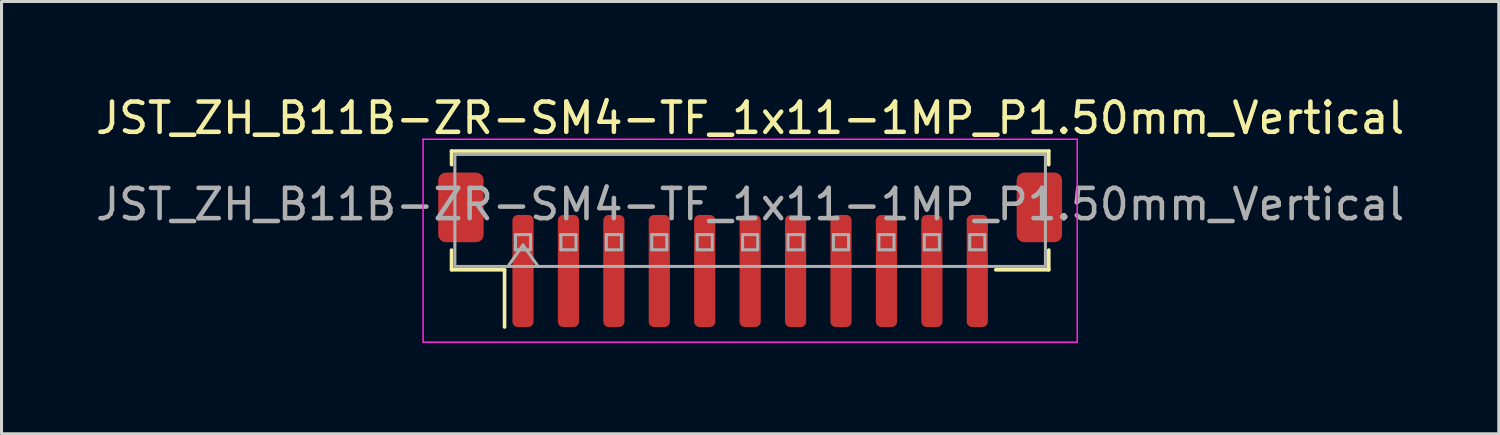
<source format=kicad_pcb>
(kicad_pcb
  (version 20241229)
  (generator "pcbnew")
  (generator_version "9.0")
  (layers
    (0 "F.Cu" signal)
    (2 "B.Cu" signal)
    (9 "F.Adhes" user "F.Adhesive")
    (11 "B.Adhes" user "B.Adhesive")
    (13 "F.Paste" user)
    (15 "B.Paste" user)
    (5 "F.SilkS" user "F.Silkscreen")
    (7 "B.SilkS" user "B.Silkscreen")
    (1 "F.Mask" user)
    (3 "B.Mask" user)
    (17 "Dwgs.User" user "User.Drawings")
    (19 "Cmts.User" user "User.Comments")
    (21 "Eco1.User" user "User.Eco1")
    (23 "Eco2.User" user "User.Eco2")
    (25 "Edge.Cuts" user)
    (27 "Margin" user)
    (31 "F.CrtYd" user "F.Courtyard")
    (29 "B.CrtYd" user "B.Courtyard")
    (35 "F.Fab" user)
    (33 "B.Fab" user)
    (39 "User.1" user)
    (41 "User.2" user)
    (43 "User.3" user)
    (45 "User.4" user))
  (footprint "JST_ZH_B11B-ZR-SM4-TF_1x11-1MP_P1.50mm_Vertical"
    (layer "F.Cu")
    (at 21.72 5.198)
    (property "Reference" "JST_ZH_B11B-ZR-SM4-TF_1x11-1MP_P1.50mm_Vertical" (at 0 -4.35 0) (layer "F.SilkS") (effects (font (size 1 1) (thickness 0.15))))
    (attr smd)
    (fp_line (start -9.86 -3.26) (end 9.86 -3.26) (stroke (width 0.12) (type solid)) (layer "F.SilkS"))
    (fp_line (start -9.86 -2.81) (end -9.86 -3.26) (stroke (width 0.12) (type solid)) (layer "F.SilkS"))
    (fp_line (start -9.86 0.01) (end -9.86 0.66) (stroke (width 0.12) (type solid)) (layer "F.SilkS"))
    (fp_line (start -9.86 0.66) (end -8.11 0.66) (stroke (width 0.12) (type solid)) (layer "F.SilkS"))
    (fp_line (start -8.11 0.66) (end -8.11 2.55) (stroke (width 0.12) (type solid)) (layer "F.SilkS"))
    (fp_line (start 9.86 -3.26) (end 9.86 -2.81) (stroke (width 0.12) (type solid)) (layer "F.SilkS"))
    (fp_line (start 9.86 0.01) (end 9.86 0.66) (stroke (width 0.12) (type solid)) (layer "F.SilkS"))
    (fp_line (start 9.86 0.66) (end 8.11 0.66) (stroke (width 0.12) (type solid)) (layer "F.SilkS"))
    (fp_line (start -10.8 -3.65) (end -10.8 3.05) (stroke (width 0.05) (type solid)) (layer "F.CrtYd"))
    (fp_line (start -10.8 3.05) (end 10.8 3.05) (stroke (width 0.05) (type solid)) (layer "F.CrtYd"))
    (fp_line (start 10.8 -3.65) (end -10.8 -3.65) (stroke (width 0.05) (type solid)) (layer "F.CrtYd"))
    (fp_line (start 10.8 3.05) (end 10.8 -3.65) (stroke (width 0.05) (type solid)) (layer "F.CrtYd"))
    (fp_line (start -9.75 -3.15) (end 9.75 -3.15) (stroke (width 0.1) (type solid)) (layer "F.Fab"))
    (fp_line (start -9.75 0.55) (end -9.75 -3.15) (stroke (width 0.1) (type solid)) (layer "F.Fab"))
    (fp_line (start -9.75 0.55) (end 9.75 0.55) (stroke (width 0.1) (type solid)) (layer "F.Fab"))
    (fp_line (start -8 0.55) (end -7.5 -0.157) (stroke (width 0.1) (type solid)) (layer "F.Fab"))
    (fp_line (start -7.75 -0.5) (end -7.75 0) (stroke (width 0.1) (type solid)) (layer "F.Fab"))
    (fp_line (start -7.75 0) (end -7.25 0) (stroke (width 0.1) (type solid)) (layer "F.Fab"))
    (fp_line (start -7.5 -0.157) (end -7 0.55) (stroke (width 0.1) (type solid)) (layer "F.Fab"))
    (fp_line (start -7.25 -0.5) (end -7.75 -0.5) (stroke (width 0.1) (type solid)) (layer "F.Fab"))
    (fp_line (start -7.25 0) (end -7.25 -0.5) (stroke (width 0.1) (type solid)) (layer "F.Fab"))
    (fp_line (start -6.25 -0.5) (end -6.25 0) (stroke (width 0.1) (type solid)) (layer "F.Fab"))
    (fp_line (start -6.25 0) (end -5.75 0) (stroke (width 0.1) (type solid)) (layer "F.Fab"))
    (fp_line (start -5.75 -0.5) (end -6.25 -0.5) (stroke (width 0.1) (type solid)) (layer "F.Fab"))
    (fp_line (start -5.75 0) (end -5.75 -0.5) (stroke (width 0.1) (type solid)) (layer "F.Fab"))
    (fp_line (start -4.75 -0.5) (end -4.75 0) (stroke (width 0.1) (type solid)) (layer "F.Fab"))
    (fp_line (start -4.75 0) (end -4.25 0) (stroke (width 0.1) (type solid)) (layer "F.Fab"))
    (fp_line (start -4.25 -0.5) (end -4.75 -0.5) (stroke (width 0.1) (type solid)) (layer "F.Fab"))
    (fp_line (start -4.25 0) (end -4.25 -0.5) (stroke (width 0.1) (type solid)) (layer "F.Fab"))
    (fp_line (start -3.25 -0.5) (end -3.25 0) (stroke (width 0.1) (type solid)) (layer "F.Fab"))
    (fp_line (start -3.25 0) (end -2.75 0) (stroke (width 0.1) (type solid)) (layer "F.Fab"))
    (fp_line (start -2.75 -0.5) (end -3.25 -0.5) (stroke (width 0.1) (type solid)) (layer "F.Fab"))
    (fp_line (start -2.75 0) (end -2.75 -0.5) (stroke (width 0.1) (type solid)) (layer "F.Fab"))
    (fp_line (start -1.75 -0.5) (end -1.75 0) (stroke (width 0.1) (type solid)) (layer "F.Fab"))
    (fp_line (start -1.75 0) (end -1.25 0) (stroke (width 0.1) (type solid)) (layer "F.Fab"))
    (fp_line (start -1.25 -0.5) (end -1.75 -0.5) (stroke (width 0.1) (type solid)) (layer "F.Fab"))
    (fp_line (start -1.25 0) (end -1.25 -0.5) (stroke (width 0.1) (type solid)) (layer "F.Fab"))
    (fp_line (start -0.25 -0.5) (end -0.25 0) (stroke (width 0.1) (type solid)) (layer "F.Fab"))
    (fp_line (start -0.25 0) (end 0.25 0) (stroke (width 0.1) (type solid)) (layer "F.Fab"))
    (fp_line (start 0.25 -0.5) (end -0.25 -0.5) (stroke (width 0.1) (type solid)) (layer "F.Fab"))
    (fp_line (start 0.25 0) (end 0.25 -0.5) (stroke (width 0.1) (type solid)) (layer "F.Fab"))
    (fp_line (start 1.25 -0.5) (end 1.25 0) (stroke (width 0.1) (type solid)) (layer "F.Fab"))
    (fp_line (start 1.25 0) (end 1.75 0) (stroke (width 0.1) (type solid)) (layer "F.Fab"))
    (fp_line (start 1.75 -0.5) (end 1.25 -0.5) (stroke (width 0.1) (type solid)) (layer "F.Fab"))
    (fp_line (start 1.75 0) (end 1.75 -0.5) (stroke (width 0.1) (type solid)) (layer "F.Fab"))
    (fp_line (start 2.75 -0.5) (end 2.75 0) (stroke (width 0.1) (type solid)) (layer "F.Fab"))
    (fp_line (start 2.75 0) (end 3.25 0) (stroke (width 0.1) (type solid)) (layer "F.Fab"))
    (fp_line (start 3.25 -0.5) (end 2.75 -0.5) (stroke (width 0.1) (type solid)) (layer "F.Fab"))
    (fp_line (start 3.25 0) (end 3.25 -0.5) (stroke (width 0.1) (type solid)) (layer "F.Fab"))
    (fp_line (start 4.25 -0.5) (end 4.25 0) (stroke (width 0.1) (type solid)) (layer "F.Fab"))
    (fp_line (start 4.25 0) (end 4.75 0) (stroke (width 0.1) (type solid)) (layer "F.Fab"))
    (fp_line (start 4.75 -0.5) (end 4.25 -0.5) (stroke (width 0.1) (type solid)) (layer "F.Fab"))
    (fp_line (start 4.75 0) (end 4.75 -0.5) (stroke (width 0.1) (type solid)) (layer "F.Fab"))
    (fp_line (start 5.75 -0.5) (end 5.75 0) (stroke (width 0.1) (type solid)) (layer "F.Fab"))
    (fp_line (start 5.75 0) (end 6.25 0) (stroke (width 0.1) (type solid)) (layer "F.Fab"))
    (fp_line (start 6.25 -0.5) (end 5.75 -0.5) (stroke (width 0.1) (type solid)) (layer "F.Fab"))
    (fp_line (start 6.25 0) (end 6.25 -0.5) (stroke (width 0.1) (type solid)) (layer "F.Fab"))
    (fp_line (start 7.25 -0.5) (end 7.25 0) (stroke (width 0.1) (type solid)) (layer "F.Fab"))
    (fp_line (start 7.25 0) (end 7.75 0) (stroke (width 0.1) (type solid)) (layer "F.Fab"))
    (fp_line (start 7.75 -0.5) (end 7.25 -0.5) (stroke (width 0.1) (type solid)) (layer "F.Fab"))
    (fp_line (start 7.75 0) (end 7.75 -0.5) (stroke (width 0.1) (type solid)) (layer "F.Fab"))
    (fp_line (start 9.75 0.55) (end 9.75 -3.15) (stroke (width 0.1) (type solid)) (layer "F.Fab"))
    (fp_text user "${REFERENCE}" (at 0 -1.5 0) (layer "F.Fab") (effects (font (size 1 1) (thickness 0.15))))
    (pad "1" smd roundrect (at -7.5 0.7) (size 0.7 3.7) (layers "F.Cu" "F.Mask" "F.Paste") (roundrect_rratio 0.25))
    (pad "2" smd roundrect (at -6 0.7) (size 0.7 3.7) (layers "F.Cu" "F.Mask" "F.Paste") (roundrect_rratio 0.25))
    (pad "3" smd roundrect (at -4.5 0.7) (size 0.7 3.7) (layers "F.Cu" "F.Mask" "F.Paste") (roundrect_rratio 0.25))
    (pad "4" smd roundrect (at -3 0.7) (size 0.7 3.7) (layers "F.Cu" "F.Mask" "F.Paste") (roundrect_rratio 0.25))
    (pad "5" smd roundrect (at -1.5 0.7) (size 0.7 3.7) (layers "F.Cu" "F.Mask" "F.Paste") (roundrect_rratio 0.25))
    (pad "6" smd roundrect (at 0 0.7) (size 0.7 3.7) (layers "F.Cu" "F.Mask" "F.Paste") (roundrect_rratio 0.25))
    (pad "7" smd roundrect (at 1.5 0.7) (size 0.7 3.7) (layers "F.Cu" "F.Mask" "F.Paste") (roundrect_rratio 0.25))
    (pad "8" smd roundrect (at 3 0.7) (size 0.7 3.7) (layers "F.Cu" "F.Mask" "F.Paste") (roundrect_rratio 0.25))
    (pad "9" smd roundrect (at 4.5 0.7) (size 0.7 3.7) (layers "F.Cu" "F.Mask" "F.Paste") (roundrect_rratio 0.25))
    (pad "10" smd roundrect (at 6 0.7) (size 0.7 3.7) (layers "F.Cu" "F.Mask" "F.Paste") (roundrect_rratio 0.25))
    (pad "11" smd roundrect (at 7.5 0.7) (size 0.7 3.7) (layers "F.Cu" "F.Mask" "F.Paste") (roundrect_rratio 0.25))
    (pad "MP" smd roundrect (at -9.55 -1.4) (size 1.5 2.3) (layers "F.Cu" "F.Mask" "F.Paste") (roundrect_rratio 0.167))
    (pad "MP" smd roundrect (at 9.55 -1.4) (size 1.5 2.3) (layers "F.Cu" "F.Mask" "F.Paste") (roundrect_rratio 0.167)))
  (gr_rect
    (start -3 -3)
    (end 46.44 11.273)
    (stroke (width 0.1) (type default))
    (fill no)
    (layer "Edge.Cuts")))
</source>
